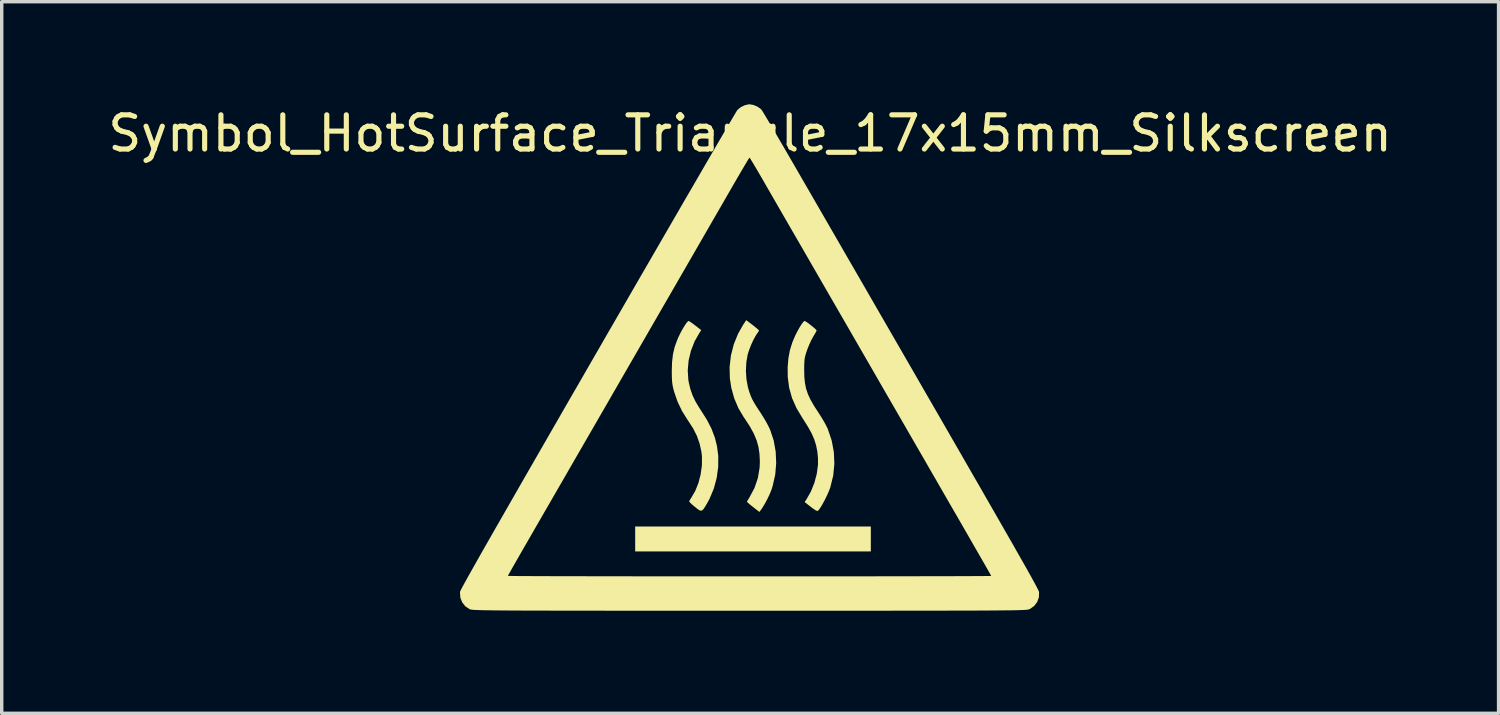
<source format=kicad_pcb>
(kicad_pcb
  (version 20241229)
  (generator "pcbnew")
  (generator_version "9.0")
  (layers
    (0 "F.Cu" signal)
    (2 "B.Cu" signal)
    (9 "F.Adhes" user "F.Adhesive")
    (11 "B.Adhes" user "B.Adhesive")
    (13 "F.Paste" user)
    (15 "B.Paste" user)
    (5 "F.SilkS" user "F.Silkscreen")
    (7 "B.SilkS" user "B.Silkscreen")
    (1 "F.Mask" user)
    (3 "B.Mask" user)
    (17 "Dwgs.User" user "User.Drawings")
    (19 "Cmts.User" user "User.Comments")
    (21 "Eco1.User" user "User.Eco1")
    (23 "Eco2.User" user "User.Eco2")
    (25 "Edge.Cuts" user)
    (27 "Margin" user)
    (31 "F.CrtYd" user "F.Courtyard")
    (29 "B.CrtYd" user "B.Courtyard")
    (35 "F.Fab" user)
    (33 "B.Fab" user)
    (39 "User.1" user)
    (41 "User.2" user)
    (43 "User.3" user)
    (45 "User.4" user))
  (footprint "Symbol_HotSurface_Triangle_17x15mm_Silkscreen"
    (layer "F.Cu")
    (at 18.887 9.353)
    (property "Reference" "Symbol_HotSurface_Triangle_17x15mm_Silkscreen" (at 0 -8.5 0) (layer "F.SilkS") (effects (font (size 1 1) (thickness 0.15))))
    (attr exclude_from_pos_files exclude_from_bom allow_missing_courtyard)
    (fp_poly (pts (xy 3.529 3.358) (xy 3.529 3.723) (xy 0.083 3.723) (xy -3.362 3.723) (xy -3.362 3.358) (xy -3.362 2.994) (xy 0.083 2.994) (xy 3.529 2.994)) (stroke (width 0) (type solid)) (fill yes) (layer "F.SilkS"))
    (fp_poly (pts (xy 0.073 -2.898) (xy 0.154 -2.834) (xy 0.217 -2.781) (xy 0.254 -2.746) (xy 0.259 -2.738) (xy 0.245 -2.709) (xy 0.212 -2.662) (xy 0.154 -2.572) (xy 0.089 -2.45) (xy 0.025 -2.31) (xy -0.03 -2.168) (xy -0.07 -2.041) (xy -0.071 -2.039) (xy -0.111 -1.812) (xy -0.124 -1.563) (xy -0.108 -1.313) (xy -0.065 -1.081) (xy -0.056 -1.047) (xy -0.021 -0.931) (xy 0.015 -0.832) (xy 0.055 -0.74) (xy 0.107 -0.643) (xy 0.174 -0.531) (xy 0.263 -0.394) (xy 0.309 -0.325) (xy 0.39 -0.197) (xy 0.469 -0.063) (xy 0.536 0.063) (xy 0.584 0.163) (xy 0.585 0.165) (xy 0.688 0.476) (xy 0.747 0.804) (xy 0.762 1.14) (xy 0.734 1.476) (xy 0.66 1.804) (xy 0.626 1.912) (xy 0.574 2.042) (xy 0.505 2.188) (xy 0.428 2.331) (xy 0.353 2.455) (xy 0.314 2.51) (xy 0.27 2.568) (xy 0.089 2.427) (xy 0.009 2.363) (xy -0.053 2.311) (xy -0.088 2.278) (xy -0.093 2.271) (xy -0.08 2.243) (xy -0.048 2.188) (xy -0.019 2.141) (xy 0.127 1.868) (xy 0.226 1.578) (xy 0.277 1.273) (xy 0.284 1.097) (xy 0.274 0.875) (xy 0.244 0.67) (xy 0.189 0.473) (xy 0.106 0.275) (xy -0.009 0.066) (xy -0.158 -0.163) (xy -0.193 -0.213) (xy -0.345 -0.469) (xy -0.466 -0.756) (xy -0.551 -1.063) (xy -0.593 -1.338) (xy -0.601 -1.672) (xy -0.562 -2.006) (xy -0.479 -2.333) (xy -0.354 -2.642) (xy -0.206 -2.902) (xy -0.114 -3.041)) (stroke (width 0) (type solid)) (fill yes) (layer "F.SilkS"))
    (fp_poly (pts (xy -1.77 -3.002) (xy -1.711 -2.963) (xy -1.634 -2.907) (xy -1.602 -2.882) (xy -1.43 -2.748) (xy -1.479 -2.675) (xy -1.624 -2.422) (xy -1.731 -2.147) (xy -1.799 -1.861) (xy -1.825 -1.573) (xy -1.807 -1.292) (xy -1.792 -1.208) (xy -1.745 -1.016) (xy -1.684 -0.841) (xy -1.601 -0.667) (xy -1.49 -0.481) (xy -1.43 -0.389) (xy -1.259 -0.117) (xy -1.128 0.14) (xy -1.033 0.391) (xy -0.969 0.646) (xy -0.934 0.914) (xy -0.932 0.942) (xy -0.934 1.253) (xy -0.978 1.572) (xy -1.062 1.884) (xy -1.184 2.176) (xy -1.237 2.277) (xy -1.307 2.398) (xy -1.359 2.478) (xy -1.402 2.522) (xy -1.444 2.533) (xy -1.494 2.513) (xy -1.559 2.466) (xy -1.614 2.422) (xy -1.692 2.357) (xy -1.75 2.302) (xy -1.78 2.265) (xy -1.783 2.256) (xy -1.763 2.219) (xy -1.728 2.164) (xy -1.726 2.161) (xy -1.607 1.958) (xy -1.513 1.723) (xy -1.447 1.469) (xy -1.411 1.209) (xy -1.409 0.955) (xy -1.425 0.806) (xy -1.479 0.566) (xy -1.557 0.344) (xy -1.667 0.126) (xy -1.814 -0.102) (xy -1.83 -0.125) (xy -1.989 -0.378) (xy -2.123 -0.657) (xy -2.221 -0.941) (xy -2.224 -0.95) (xy -2.252 -1.058) (xy -2.271 -1.154) (xy -2.283 -1.251) (xy -2.289 -1.365) (xy -2.291 -1.51) (xy -2.292 -1.558) (xy -2.283 -1.819) (xy -2.256 -2.048) (xy -2.206 -2.259) (xy -2.13 -2.468) (xy -2.093 -2.553) (xy -2.037 -2.668) (xy -1.976 -2.78) (xy -1.916 -2.879) (xy -1.862 -2.958) (xy -1.82 -3.006) (xy -1.801 -3.017)) (stroke (width 0) (type solid)) (fill yes) (layer "F.SilkS"))
    (fp_poly (pts (xy 1.625 -3.002) (xy 1.682 -2.964) (xy 1.752 -2.911) (xy 1.825 -2.853) (xy 1.889 -2.799) (xy 1.932 -2.757) (xy 1.944 -2.739) (xy 1.932 -2.709) (xy 1.899 -2.649) (xy 1.852 -2.571) (xy 1.845 -2.559) (xy 1.791 -2.461) (xy 1.733 -2.337) (xy 1.68 -2.207) (xy 1.664 -2.162) (xy 1.63 -2.06) (xy 1.607 -1.977) (xy 1.592 -1.898) (xy 1.585 -1.809) (xy 1.581 -1.695) (xy 1.581 -1.583) (xy 1.585 -1.379) (xy 1.603 -1.201) (xy 1.636 -1.038) (xy 1.689 -0.879) (xy 1.765 -0.715) (xy 1.868 -0.535) (xy 2.002 -0.329) (xy 2.009 -0.319) (xy 2.088 -0.195) (xy 2.165 -0.065) (xy 2.229 0.055) (xy 2.271 0.142) (xy 2.384 0.477) (xy 2.448 0.817) (xy 2.463 1.161) (xy 2.43 1.503) (xy 2.347 1.839) (xy 2.341 1.858) (xy 2.299 1.97) (xy 2.242 2.097) (xy 2.178 2.227) (xy 2.111 2.349) (xy 2.049 2.451) (xy 1.998 2.521) (xy 1.987 2.532) (xy 1.962 2.539) (xy 1.92 2.523) (xy 1.852 2.479) (xy 1.775 2.421) (xy 1.594 2.279) (xy 1.645 2.203) (xy 1.776 1.973) (xy 1.878 1.718) (xy 1.949 1.453) (xy 1.984 1.19) (xy 1.984 0.993) (xy 1.964 0.796) (xy 1.928 0.616) (xy 1.873 0.442) (xy 1.795 0.265) (xy 1.689 0.074) (xy 1.553 -0.142) (xy 1.532 -0.173) (xy 1.355 -0.469) (xy 1.225 -0.763) (xy 1.141 -1.063) (xy 1.1 -1.374) (xy 1.097 -1.659) (xy 1.119 -1.926) (xy 1.163 -2.164) (xy 1.234 -2.391) (xy 1.315 -2.581) (xy 1.377 -2.706) (xy 1.441 -2.82) (xy 1.5 -2.915) (xy 1.551 -2.983) (xy 1.587 -3.015) (xy 1.594 -3.017)) (stroke (width 0) (type solid)) (fill yes) (layer "F.SilkS"))
    (fp_poly (pts (xy 0.093 -9.335) (xy 0.209 -9.287) (xy 0.307 -9.22) (xy 0.328 -9.199) (xy 0.349 -9.169) (xy 0.393 -9.098) (xy 0.458 -8.99) (xy 0.542 -8.848) (xy 0.644 -8.676) (xy 0.761 -8.478) (xy 0.891 -8.255) (xy 1.033 -8.013) (xy 1.183 -7.753) (xy 1.342 -7.48) (xy 1.436 -7.316) (xy 1.94 -6.444) (xy 2.42 -5.613) (xy 2.875 -4.825) (xy 3.308 -4.076) (xy 3.717 -3.367) (xy 4.104 -2.697) (xy 4.47 -2.063) (xy 4.815 -1.466) (xy 5.139 -0.903) (xy 5.444 -0.375) (xy 5.73 0.121) (xy 5.997 0.584) (xy 6.246 1.017) (xy 6.478 1.42) (xy 6.694 1.794) (xy 6.893 2.141) (xy 7.077 2.461) (xy 7.246 2.756) (xy 7.401 3.026) (xy 7.542 3.272) (xy 7.671 3.497) (xy 7.786 3.7) (xy 7.89 3.883) (xy 7.983 4.046) (xy 8.066 4.192) (xy 8.138 4.321) (xy 8.201 4.433) (xy 8.255 4.531) (xy 8.301 4.615) (xy 8.339 4.686) (xy 8.371 4.745) (xy 8.396 4.794) (xy 8.416 4.833) (xy 8.43 4.863) (xy 8.44 4.886) (xy 8.446 4.903) (xy 8.449 4.914) (xy 8.449 4.914) (xy 8.445 5.062) (xy 8.396 5.199) (xy 8.308 5.316) (xy 8.187 5.403) (xy 8.17 5.411) (xy 8.159 5.415) (xy 8.145 5.419) (xy 8.127 5.423) (xy 8.102 5.427) (xy 8.069 5.43) (xy 8.027 5.433) (xy 7.974 5.436) (xy 7.908 5.438) (xy 7.828 5.441) (xy 7.731 5.443) (xy 7.617 5.445) (xy 7.483 5.446) (xy 7.328 5.448) (xy 7.151 5.449) (xy 6.95 5.451) (xy 6.722 5.452) (xy 6.467 5.453) (xy 6.183 5.454) (xy 5.868 5.454) (xy 5.52 5.455) (xy 5.139 5.456) (xy 4.722 5.456) (xy 4.267 5.456) (xy 3.773 5.457) (xy 3.239 5.457) (xy 2.662 5.457) (xy 2.042 5.457) (xy 1.376 5.457) (xy 0.662 5.457) (xy -0.017 5.457) (xy -0.774 5.457) (xy -1.483 5.457) (xy -2.144 5.457) (xy -2.76 5.457) (xy -3.332 5.457) (xy -3.862 5.457) (xy -4.351 5.456) (xy -4.802 5.456) (xy -5.215 5.456) (xy -5.593 5.455) (xy -5.937 5.454) (xy -6.249 5.454) (xy -6.53 5.453) (xy -6.782 5.452) (xy -7.007 5.451) (xy -7.206 5.449) (xy -7.38 5.448) (xy -7.533 5.446) (xy -7.664 5.444) (xy -7.777 5.443) (xy -7.871 5.44) (xy -7.95 5.438) (xy -8.015 5.435) (xy -8.067 5.433) (xy -8.108 5.43) (xy -8.14 5.426) (xy -8.164 5.423) (xy -8.181 5.419) (xy -8.195 5.415) (xy -8.204 5.411) (xy -8.328 5.329) (xy -8.42 5.214) (xy -8.474 5.078) (xy -8.485 4.93) (xy -8.481 4.895) (xy -8.469 4.867) (xy -8.437 4.804) (xy -8.384 4.706) (xy -8.31 4.571) (xy -8.236 4.438) (xy -7.084 4.438) (xy -7.059 4.439) (xy -6.986 4.44) (xy -6.867 4.442) (xy -6.703 4.443) (xy -6.497 4.444) (xy -6.251 4.445) (xy -5.967 4.446) (xy -5.646 4.447) (xy -5.291 4.448) (xy -4.904 4.448) (xy -4.487 4.449) (xy -4.041 4.45) (xy -3.569 4.45) (xy -3.074 4.451) (xy -2.555 4.451) (xy -2.017 4.452) (xy -1.461 4.452) (xy -0.888 4.452) (xy -0.302 4.452) (xy -0.017 4.452) (xy 0.575 4.452) (xy 1.155 4.452) (xy 1.719 4.452) (xy 2.266 4.452) (xy 2.794 4.451) (xy 3.301 4.451) (xy 3.785 4.45) (xy 4.243 4.45) (xy 4.674 4.449) (xy 5.076 4.448) (xy 5.446 4.448) (xy 5.783 4.447) (xy 6.085 4.446) (xy 6.35 4.445) (xy 6.575 4.444) (xy 6.759 4.443) (xy 6.9 4.442) (xy 6.996 4.441) (xy 7.044 4.44) (xy 7.049 4.439) (xy 7.046 4.433) (xy 7.037 4.416) (xy 7.021 4.387) (xy 6.997 4.344) (xy 6.965 4.287) (xy 6.924 4.215) (xy 6.873 4.126) (xy 6.812 4.02) (xy 6.74 3.895) (xy 6.657 3.75) (xy 6.561 3.584) (xy 6.453 3.395) (xy 6.331 3.183) (xy 6.195 2.947) (xy 6.044 2.685) (xy 5.877 2.397) (xy 5.695 2.081) (xy 5.496 1.735) (xy 5.279 1.36) (xy 5.045 0.953) (xy 4.791 0.514) (xy 4.519 0.042) (xy 4.226 -0.465) (xy 3.912 -1.008) (xy 3.578 -1.588) (xy 3.221 -2.206) (xy 2.842 -2.863) (xy 2.439 -3.56) (xy 2.013 -4.298) (xy 1.606 -5.004) (xy 1.454 -5.267) (xy 1.296 -5.54) (xy 1.136 -5.817) (xy 0.979 -6.089) (xy 0.828 -6.35) (xy 0.689 -6.592) (xy 0.564 -6.808) (xy 0.459 -6.99) (xy 0.427 -7.047) (xy 0.325 -7.223) (xy 0.231 -7.384) (xy 0.148 -7.525) (xy 0.078 -7.642) (xy 0.025 -7.729) (xy -0.008 -7.781) (xy -0.018 -7.795) (xy -0.033 -7.774) (xy -0.071 -7.714) (xy -0.128 -7.619) (xy -0.202 -7.494) (xy -0.29 -7.344) (xy -0.39 -7.173) (xy -0.498 -6.986) (xy -0.55 -6.896) (xy -0.664 -6.699) (xy -0.802 -6.459) (xy -0.965 -6.177) (xy -1.151 -5.855) (xy -1.36 -5.492) (xy -1.592 -5.09) (xy -1.846 -4.65) (xy -2.122 -4.172) (xy -2.419 -3.657) (xy -2.737 -3.107) (xy -3.075 -2.521) (xy -3.433 -1.901) (xy -3.81 -1.248) (xy -4.205 -0.563) (xy -4.619 0.154) (xy -4.72 0.328) (xy -4.904 0.647) (xy -5.095 0.977) (xy -5.288 1.312) (xy -5.48 1.646) (xy -5.669 1.972) (xy -5.85 2.286) (xy -6.021 2.581) (xy -6.177 2.852) (xy -6.316 3.093) (xy -6.434 3.298) (xy -6.464 3.35) (xy -6.587 3.563) (xy -6.701 3.761) (xy -6.805 3.943) (xy -6.896 4.102) (xy -6.972 4.235) (xy -7.03 4.339) (xy -7.068 4.407) (xy -7.084 4.437) (xy -7.084 4.438) (xy -8.236 4.438) (xy -8.215 4.401) (xy -8.099 4.194) (xy -7.961 3.949) (xy -7.801 3.667) (xy -7.618 3.347) (xy -7.413 2.988) (xy -7.185 2.59) (xy -6.934 2.152) (xy -6.66 1.674) (xy -6.362 1.156) (xy -6.04 0.596) (xy -5.694 -0.005) (xy -5.324 -0.648) (xy -4.928 -1.333) (xy -4.508 -2.062) (xy -4.451 -2.16) (xy -4.135 -2.709) (xy -3.824 -3.246) (xy -3.521 -3.771) (xy -3.226 -4.282) (xy -2.939 -4.777) (xy -2.663 -5.255) (xy -2.398 -5.713) (xy -2.144 -6.151) (xy -1.904 -6.566) (xy -1.677 -6.956) (xy -1.465 -7.321) (xy -1.269 -7.659) (xy -1.09 -7.967) (xy -0.928 -8.245) (xy -0.785 -8.49) (xy -0.661 -8.701) (xy -0.558 -8.877) (xy -0.477 -9.015) (xy -0.418 -9.114) (xy -0.383 -9.172) (xy -0.372 -9.188) (xy -0.276 -9.267) (xy -0.158 -9.325) (xy -0.04 -9.352) (xy -0.017 -9.353)) (stroke (width 0) (type solid)) (fill yes) (layer "F.SilkS")))
  (gr_rect
    (start -3 -3)
    (end 40.774 17.81)
    (stroke (width 0.1) (type default))
    (fill no)
    (layer "Edge.Cuts")))
</source>
